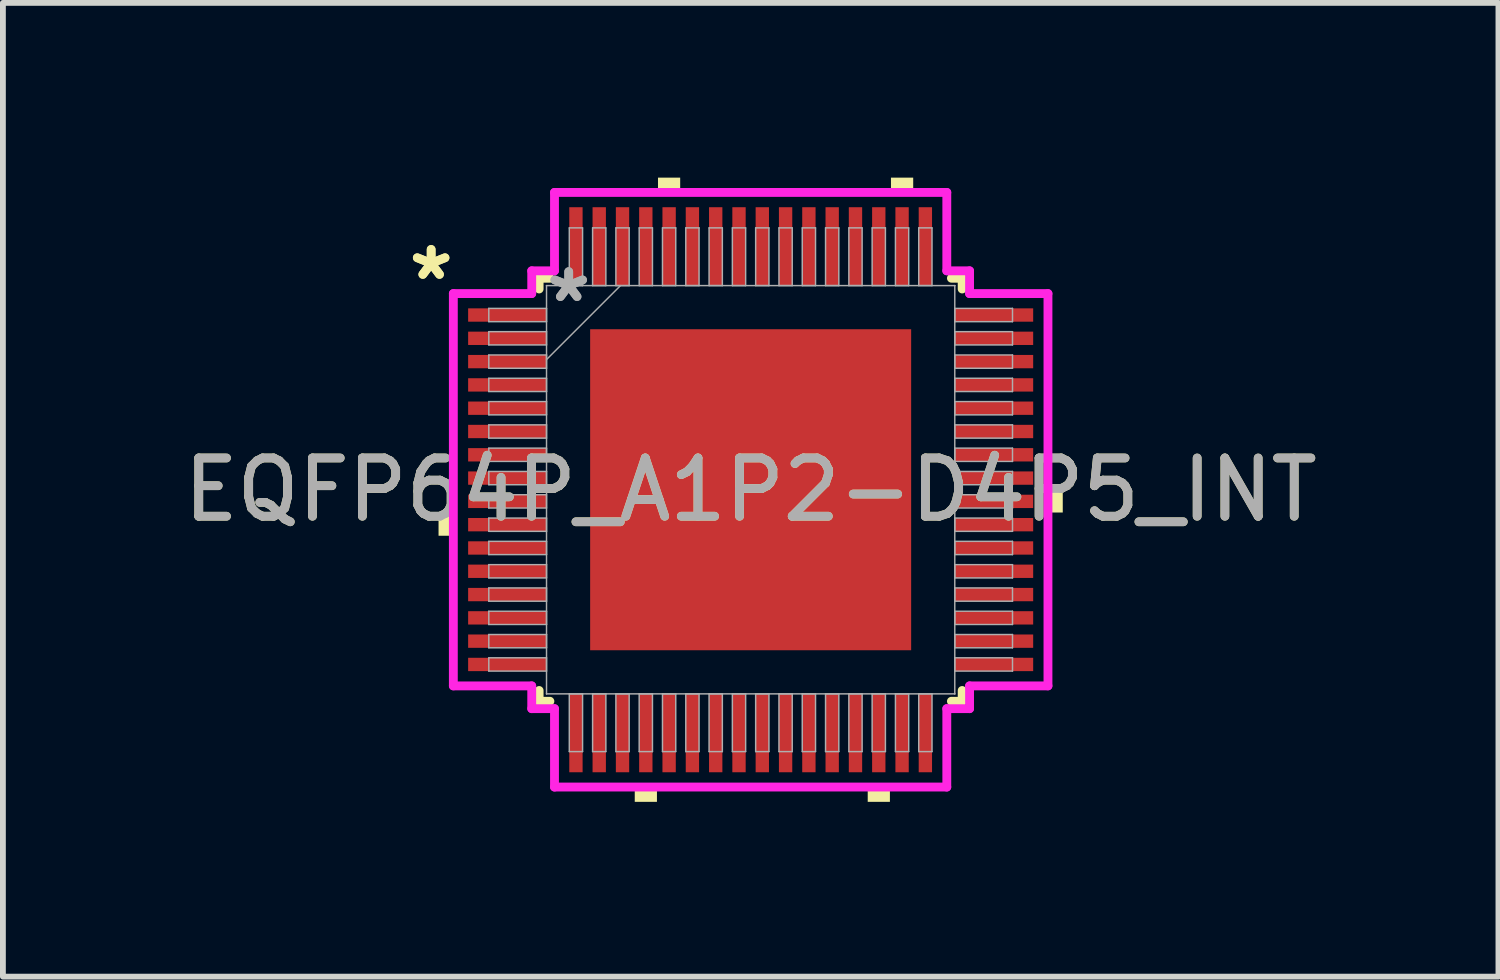
<source format=kicad_pcb>
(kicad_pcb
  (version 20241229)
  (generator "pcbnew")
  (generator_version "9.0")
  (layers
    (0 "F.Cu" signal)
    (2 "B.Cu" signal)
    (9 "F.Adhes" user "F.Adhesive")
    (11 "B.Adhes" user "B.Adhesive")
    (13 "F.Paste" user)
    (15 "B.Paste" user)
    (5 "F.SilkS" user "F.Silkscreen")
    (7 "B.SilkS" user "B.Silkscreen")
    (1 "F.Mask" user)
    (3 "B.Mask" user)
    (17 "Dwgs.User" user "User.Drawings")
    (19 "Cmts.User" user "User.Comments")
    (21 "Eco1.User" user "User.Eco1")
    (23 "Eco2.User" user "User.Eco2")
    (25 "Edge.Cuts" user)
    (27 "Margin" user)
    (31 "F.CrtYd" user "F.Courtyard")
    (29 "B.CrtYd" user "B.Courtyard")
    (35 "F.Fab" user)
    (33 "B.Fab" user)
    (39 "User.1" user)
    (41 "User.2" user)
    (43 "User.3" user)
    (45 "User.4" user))
  (footprint "EQFP64P_A1P2-D4P5_INT"
    (layer "F.Cu")
    (at 9.839 5.359)
    (property "Reference" "EQFP64P_A1P2-D4P5_INT" (at 0 0 0) (unlocked yes) (layer "F.SilkS") (effects (font (size 1 1) (thickness 0.15))))
    (attr smd)
    (fp_line (start -3.632 -3.632) (end -3.632 -3.447) (stroke (width 0.152) (type solid)) (layer "F.SilkS"))
    (fp_line (start -3.632 3.447) (end -3.632 3.632) (stroke (width 0.152) (type solid)) (layer "F.SilkS"))
    (fp_line (start -3.632 3.632) (end -3.447 3.632) (stroke (width 0.152) (type solid)) (layer "F.SilkS"))
    (fp_line (start -3.447 -3.632) (end -3.632 -3.632) (stroke (width 0.152) (type solid)) (layer "F.SilkS"))
    (fp_line (start 3.447 3.632) (end 3.632 3.632) (stroke (width 0.152) (type solid)) (layer "F.SilkS"))
    (fp_line (start 3.632 -3.632) (end 3.447 -3.632) (stroke (width 0.152) (type solid)) (layer "F.SilkS"))
    (fp_line (start 3.632 -3.447) (end 3.632 -3.632) (stroke (width 0.152) (type solid)) (layer "F.SilkS"))
    (fp_line (start 3.632 3.632) (end 3.632 3.447) (stroke (width 0.152) (type solid)) (layer "F.SilkS"))
    (fp_poly (pts (xy -5.359 0.409) (xy -5.359 0.79) (xy -5.105 0.79) (xy -5.105 0.409)) (stroke (width 0) (type solid)) (fill yes) (layer "F.SilkS"))
    (fp_poly (pts (xy -1.99 5.105) (xy -1.99 5.359) (xy -1.609 5.359) (xy -1.609 5.105)) (stroke (width 0) (type solid)) (fill yes) (layer "F.SilkS"))
    (fp_poly (pts (xy -1.591 -5.105) (xy -1.591 -5.359) (xy -1.21 -5.359) (xy -1.21 -5.105)) (stroke (width 0) (type solid)) (fill yes) (layer "F.SilkS"))
    (fp_poly (pts (xy 2.01 5.105) (xy 2.01 5.359) (xy 2.391 5.359) (xy 2.391 5.105)) (stroke (width 0) (type solid)) (fill yes) (layer "F.SilkS"))
    (fp_poly (pts (xy 2.409 -5.105) (xy 2.409 -5.359) (xy 2.791 -5.359) (xy 2.791 -5.105)) (stroke (width 0) (type solid)) (fill yes) (layer "F.SilkS"))
    (fp_poly (pts (xy 5.359 0.009) (xy 5.359 0.391) (xy 5.105 0.391) (xy 5.105 0.009)) (stroke (width 0) (type solid)) (fill yes) (layer "F.SilkS"))
    (fp_poly (pts (xy -2.656 -2.656) (xy -2.656 -1.478) (xy -1.478 -1.478) (xy -1.478 -2.656)) (stroke (width 0) (type solid)) (fill yes) (layer "F.Paste"))
    (fp_poly (pts (xy -2.656 -1.278) (xy -2.656 -0.1) (xy -1.478 -0.1) (xy -1.478 -1.278)) (stroke (width 0) (type solid)) (fill yes) (layer "F.Paste"))
    (fp_poly (pts (xy -2.656 0.1) (xy -2.656 1.278) (xy -1.478 1.278) (xy -1.478 0.1)) (stroke (width 0) (type solid)) (fill yes) (layer "F.Paste"))
    (fp_poly (pts (xy -2.656 1.478) (xy -2.656 2.656) (xy -1.478 2.656) (xy -1.478 1.478)) (stroke (width 0) (type solid)) (fill yes) (layer "F.Paste"))
    (fp_poly (pts (xy -1.278 -2.656) (xy -1.278 -1.478) (xy -0.1 -1.478) (xy -0.1 -2.656)) (stroke (width 0) (type solid)) (fill yes) (layer "F.Paste"))
    (fp_poly (pts (xy -1.278 -1.278) (xy -1.278 -0.1) (xy -0.1 -0.1) (xy -0.1 -1.278)) (stroke (width 0) (type solid)) (fill yes) (layer "F.Paste"))
    (fp_poly (pts (xy -1.278 0.1) (xy -1.278 1.278) (xy -0.1 1.278) (xy -0.1 0.1)) (stroke (width 0) (type solid)) (fill yes) (layer "F.Paste"))
    (fp_poly (pts (xy -1.278 1.478) (xy -1.278 2.656) (xy -0.1 2.656) (xy -0.1 1.478)) (stroke (width 0) (type solid)) (fill yes) (layer "F.Paste"))
    (fp_poly (pts (xy 0.1 -2.656) (xy 0.1 -1.478) (xy 1.278 -1.478) (xy 1.278 -2.656)) (stroke (width 0) (type solid)) (fill yes) (layer "F.Paste"))
    (fp_poly (pts (xy 0.1 -1.278) (xy 0.1 -0.1) (xy 1.278 -0.1) (xy 1.278 -1.278)) (stroke (width 0) (type solid)) (fill yes) (layer "F.Paste"))
    (fp_poly (pts (xy 0.1 0.1) (xy 0.1 1.278) (xy 1.278 1.278) (xy 1.278 0.1)) (stroke (width 0) (type solid)) (fill yes) (layer "F.Paste"))
    (fp_poly (pts (xy 0.1 1.478) (xy 0.1 2.656) (xy 1.278 2.656) (xy 1.278 1.478)) (stroke (width 0) (type solid)) (fill yes) (layer "F.Paste"))
    (fp_poly (pts (xy 1.478 -2.656) (xy 1.478 -1.478) (xy 2.656 -1.478) (xy 2.656 -2.656)) (stroke (width 0) (type solid)) (fill yes) (layer "F.Paste"))
    (fp_poly (pts (xy 1.478 -1.278) (xy 1.478 -0.1) (xy 2.656 -0.1) (xy 2.656 -1.278)) (stroke (width 0) (type solid)) (fill yes) (layer "F.Paste"))
    (fp_poly (pts (xy 1.478 0.1) (xy 1.478 1.278) (xy 2.656 1.278) (xy 2.656 0.1)) (stroke (width 0) (type solid)) (fill yes) (layer "F.Paste"))
    (fp_poly (pts (xy 1.478 1.478) (xy 1.478 2.656) (xy 2.656 2.656) (xy 2.656 1.478)) (stroke (width 0) (type solid)) (fill yes) (layer "F.Paste"))
    (fp_line (start -5.105 -3.368) (end -3.759 -3.368) (stroke (width 0.152) (type solid)) (layer "F.CrtYd"))
    (fp_line (start -5.105 3.368) (end -5.105 -3.368) (stroke (width 0.152) (type solid)) (layer "F.CrtYd"))
    (fp_line (start -3.759 -3.759) (end -3.368 -3.759) (stroke (width 0.152) (type solid)) (layer "F.CrtYd"))
    (fp_line (start -3.759 -3.368) (end -3.759 -3.759) (stroke (width 0.152) (type solid)) (layer "F.CrtYd"))
    (fp_line (start -3.759 3.368) (end -5.105 3.368) (stroke (width 0.152) (type solid)) (layer "F.CrtYd"))
    (fp_line (start -3.759 3.759) (end -3.759 3.368) (stroke (width 0.152) (type solid)) (layer "F.CrtYd"))
    (fp_line (start -3.759 3.759) (end -3.368 3.759) (stroke (width 0.152) (type solid)) (layer "F.CrtYd"))
    (fp_line (start -3.368 -5.105) (end 3.368 -5.105) (stroke (width 0.152) (type solid)) (layer "F.CrtYd"))
    (fp_line (start -3.368 -3.759) (end -3.368 -5.105) (stroke (width 0.152) (type solid)) (layer "F.CrtYd"))
    (fp_line (start -3.368 3.759) (end -3.368 5.105) (stroke (width 0.152) (type solid)) (layer "F.CrtYd"))
    (fp_line (start -3.368 5.105) (end 3.368 5.105) (stroke (width 0.152) (type solid)) (layer "F.CrtYd"))
    (fp_line (start 3.368 -5.105) (end 3.368 -3.759) (stroke (width 0.152) (type solid)) (layer "F.CrtYd"))
    (fp_line (start 3.368 -3.759) (end 3.759 -3.759) (stroke (width 0.152) (type solid)) (layer "F.CrtYd"))
    (fp_line (start 3.368 3.759) (end 3.759 3.759) (stroke (width 0.152) (type solid)) (layer "F.CrtYd"))
    (fp_line (start 3.368 5.105) (end 3.368 3.759) (stroke (width 0.152) (type solid)) (layer "F.CrtYd"))
    (fp_line (start 3.759 -3.368) (end 3.759 -3.759) (stroke (width 0.152) (type solid)) (layer "F.CrtYd"))
    (fp_line (start 3.759 3.368) (end 5.105 3.368) (stroke (width 0.152) (type solid)) (layer "F.CrtYd"))
    (fp_line (start 3.759 3.759) (end 3.759 3.368) (stroke (width 0.152) (type solid)) (layer "F.CrtYd"))
    (fp_line (start 5.105 -3.368) (end 3.759 -3.368) (stroke (width 0.152) (type solid)) (layer "F.CrtYd"))
    (fp_line (start 5.105 3.368) (end 5.105 -3.368) (stroke (width 0.152) (type solid)) (layer "F.CrtYd"))
    (fp_line (start -4.496 -3.114) (end -4.496 -2.886) (stroke (width 0.025) (type solid)) (layer "F.Fab"))
    (fp_line (start -4.496 -2.886) (end -3.505 -2.886) (stroke (width 0.025) (type solid)) (layer "F.Fab"))
    (fp_line (start -4.496 -2.714) (end -4.496 -2.486) (stroke (width 0.025) (type solid)) (layer "F.Fab"))
    (fp_line (start -4.496 -2.486) (end -3.505 -2.486) (stroke (width 0.025) (type solid)) (layer "F.Fab"))
    (fp_line (start -4.496 -2.314) (end -4.496 -2.086) (stroke (width 0.025) (type solid)) (layer "F.Fab"))
    (fp_line (start -4.496 -2.086) (end -3.505 -2.086) (stroke (width 0.025) (type solid)) (layer "F.Fab"))
    (fp_line (start -4.496 -1.914) (end -4.496 -1.686) (stroke (width 0.025) (type solid)) (layer "F.Fab"))
    (fp_line (start -4.496 -1.686) (end -3.505 -1.686) (stroke (width 0.025) (type solid)) (layer "F.Fab"))
    (fp_line (start -4.496 -1.514) (end -4.496 -1.286) (stroke (width 0.025) (type solid)) (layer "F.Fab"))
    (fp_line (start -4.496 -1.286) (end -3.505 -1.286) (stroke (width 0.025) (type solid)) (layer "F.Fab"))
    (fp_line (start -4.496 -1.114) (end -4.496 -0.886) (stroke (width 0.025) (type solid)) (layer "F.Fab"))
    (fp_line (start -4.496 -0.886) (end -3.505 -0.886) (stroke (width 0.025) (type solid)) (layer "F.Fab"))
    (fp_line (start -4.496 -0.714) (end -4.496 -0.486) (stroke (width 0.025) (type solid)) (layer "F.Fab"))
    (fp_line (start -4.496 -0.486) (end -3.505 -0.486) (stroke (width 0.025) (type solid)) (layer "F.Fab"))
    (fp_line (start -4.496 -0.314) (end -4.496 -0.086) (stroke (width 0.025) (type solid)) (layer "F.Fab"))
    (fp_line (start -4.496 -0.086) (end -3.505 -0.086) (stroke (width 0.025) (type solid)) (layer "F.Fab"))
    (fp_line (start -4.496 0.086) (end -4.496 0.314) (stroke (width 0.025) (type solid)) (layer "F.Fab"))
    (fp_line (start -4.496 0.314) (end -3.505 0.314) (stroke (width 0.025) (type solid)) (layer "F.Fab"))
    (fp_line (start -4.496 0.486) (end -4.496 0.714) (stroke (width 0.025) (type solid)) (layer "F.Fab"))
    (fp_line (start -4.496 0.714) (end -3.505 0.714) (stroke (width 0.025) (type solid)) (layer "F.Fab"))
    (fp_line (start -4.496 0.886) (end -4.496 1.114) (stroke (width 0.025) (type solid)) (layer "F.Fab"))
    (fp_line (start -4.496 1.114) (end -3.505 1.114) (stroke (width 0.025) (type solid)) (layer "F.Fab"))
    (fp_line (start -4.496 1.286) (end -4.496 1.514) (stroke (width 0.025) (type solid)) (layer "F.Fab"))
    (fp_line (start -4.496 1.514) (end -3.505 1.514) (stroke (width 0.025) (type solid)) (layer "F.Fab"))
    (fp_line (start -4.496 1.686) (end -4.496 1.914) (stroke (width 0.025) (type solid)) (layer "F.Fab"))
    (fp_line (start -4.496 1.914) (end -3.505 1.914) (stroke (width 0.025) (type solid)) (layer "F.Fab"))
    (fp_line (start -4.496 2.086) (end -4.496 2.314) (stroke (width 0.025) (type solid)) (layer "F.Fab"))
    (fp_line (start -4.496 2.314) (end -3.505 2.314) (stroke (width 0.025) (type solid)) (layer "F.Fab"))
    (fp_line (start -4.496 2.486) (end -4.496 2.714) (stroke (width 0.025) (type solid)) (layer "F.Fab"))
    (fp_line (start -4.496 2.714) (end -3.505 2.714) (stroke (width 0.025) (type solid)) (layer "F.Fab"))
    (fp_line (start -4.496 2.886) (end -4.496 3.114) (stroke (width 0.025) (type solid)) (layer "F.Fab"))
    (fp_line (start -4.496 3.114) (end -3.505 3.114) (stroke (width 0.025) (type solid)) (layer "F.Fab"))
    (fp_line (start -3.505 -3.505) (end -3.505 -3.505) (stroke (width 0.025) (type solid)) (layer "F.Fab"))
    (fp_line (start -3.505 -3.505) (end -3.505 3.505) (stroke (width 0.025) (type solid)) (layer "F.Fab"))
    (fp_line (start -3.505 -3.114) (end -4.496 -3.114) (stroke (width 0.025) (type solid)) (layer "F.Fab"))
    (fp_line (start -3.505 -2.886) (end -3.505 -3.114) (stroke (width 0.025) (type solid)) (layer "F.Fab"))
    (fp_line (start -3.505 -2.714) (end -4.496 -2.714) (stroke (width 0.025) (type solid)) (layer "F.Fab"))
    (fp_line (start -3.505 -2.486) (end -3.505 -2.714) (stroke (width 0.025) (type solid)) (layer "F.Fab"))
    (fp_line (start -3.505 -2.314) (end -4.496 -2.314) (stroke (width 0.025) (type solid)) (layer "F.Fab"))
    (fp_line (start -3.505 -2.235) (end -2.235 -3.505) (stroke (width 0.025) (type solid)) (layer "F.Fab"))
    (fp_line (start -3.505 -2.086) (end -3.505 -2.314) (stroke (width 0.025) (type solid)) (layer "F.Fab"))
    (fp_line (start -3.505 -1.914) (end -4.496 -1.914) (stroke (width 0.025) (type solid)) (layer "F.Fab"))
    (fp_line (start -3.505 -1.686) (end -3.505 -1.914) (stroke (width 0.025) (type solid)) (layer "F.Fab"))
    (fp_line (start -3.505 -1.514) (end -4.496 -1.514) (stroke (width 0.025) (type solid)) (layer "F.Fab"))
    (fp_line (start -3.505 -1.286) (end -3.505 -1.514) (stroke (width 0.025) (type solid)) (layer "F.Fab"))
    (fp_line (start -3.505 -1.114) (end -4.496 -1.114) (stroke (width 0.025) (type solid)) (layer "F.Fab"))
    (fp_line (start -3.505 -0.886) (end -3.505 -1.114) (stroke (width 0.025) (type solid)) (layer "F.Fab"))
    (fp_line (start -3.505 -0.714) (end -4.496 -0.714) (stroke (width 0.025) (type solid)) (layer "F.Fab"))
    (fp_line (start -3.505 -0.486) (end -3.505 -0.714) (stroke (width 0.025) (type solid)) (layer "F.Fab"))
    (fp_line (start -3.505 -0.314) (end -4.496 -0.314) (stroke (width 0.025) (type solid)) (layer "F.Fab"))
    (fp_line (start -3.505 -0.086) (end -3.505 -0.314) (stroke (width 0.025) (type solid)) (layer "F.Fab"))
    (fp_line (start -3.505 0.086) (end -4.496 0.086) (stroke (width 0.025) (type solid)) (layer "F.Fab"))
    (fp_line (start -3.505 0.314) (end -3.505 0.086) (stroke (width 0.025) (type solid)) (layer "F.Fab"))
    (fp_line (start -3.505 0.486) (end -4.496 0.486) (stroke (width 0.025) (type solid)) (layer "F.Fab"))
    (fp_line (start -3.505 0.714) (end -3.505 0.486) (stroke (width 0.025) (type solid)) (layer "F.Fab"))
    (fp_line (start -3.505 0.886) (end -4.496 0.886) (stroke (width 0.025) (type solid)) (layer "F.Fab"))
    (fp_line (start -3.505 1.114) (end -3.505 0.886) (stroke (width 0.025) (type solid)) (layer "F.Fab"))
    (fp_line (start -3.505 1.286) (end -4.496 1.286) (stroke (width 0.025) (type solid)) (layer "F.Fab"))
    (fp_line (start -3.505 1.514) (end -3.505 1.286) (stroke (width 0.025) (type solid)) (layer "F.Fab"))
    (fp_line (start -3.505 1.686) (end -4.496 1.686) (stroke (width 0.025) (type solid)) (layer "F.Fab"))
    (fp_line (start -3.505 1.914) (end -3.505 1.686) (stroke (width 0.025) (type solid)) (layer "F.Fab"))
    (fp_line (start -3.505 2.086) (end -4.496 2.086) (stroke (width 0.025) (type solid)) (layer "F.Fab"))
    (fp_line (start -3.505 2.314) (end -3.505 2.086) (stroke (width 0.025) (type solid)) (layer "F.Fab"))
    (fp_line (start -3.505 2.486) (end -4.496 2.486) (stroke (width 0.025) (type solid)) (layer "F.Fab"))
    (fp_line (start -3.505 2.714) (end -3.505 2.486) (stroke (width 0.025) (type solid)) (layer "F.Fab"))
    (fp_line (start -3.505 2.886) (end -4.496 2.886) (stroke (width 0.025) (type solid)) (layer "F.Fab"))
    (fp_line (start -3.505 3.114) (end -3.505 2.886) (stroke (width 0.025) (type solid)) (layer "F.Fab"))
    (fp_line (start -3.505 3.505) (end -3.505 3.505) (stroke (width 0.025) (type solid)) (layer "F.Fab"))
    (fp_line (start -3.505 3.505) (end 3.505 3.505) (stroke (width 0.025) (type solid)) (layer "F.Fab"))
    (fp_line (start -3.114 -4.496) (end -3.114 -3.505) (stroke (width 0.025) (type solid)) (layer "F.Fab"))
    (fp_line (start -3.114 -3.505) (end -2.886 -3.505) (stroke (width 0.025) (type solid)) (layer "F.Fab"))
    (fp_line (start -3.114 3.505) (end -3.114 4.496) (stroke (width 0.025) (type solid)) (layer "F.Fab"))
    (fp_line (start -3.114 4.496) (end -2.886 4.496) (stroke (width 0.025) (type solid)) (layer "F.Fab"))
    (fp_line (start -2.886 -4.496) (end -3.114 -4.496) (stroke (width 0.025) (type solid)) (layer "F.Fab"))
    (fp_line (start -2.886 -3.505) (end -2.886 -4.496) (stroke (width 0.025) (type solid)) (layer "F.Fab"))
    (fp_line (start -2.886 3.505) (end -3.114 3.505) (stroke (width 0.025) (type solid)) (layer "F.Fab"))
    (fp_line (start -2.886 4.496) (end -2.886 3.505) (stroke (width 0.025) (type solid)) (layer "F.Fab"))
    (fp_line (start -2.714 -4.496) (end -2.714 -3.505) (stroke (width 0.025) (type solid)) (layer "F.Fab"))
    (fp_line (start -2.714 -3.505) (end -2.486 -3.505) (stroke (width 0.025) (type solid)) (layer "F.Fab"))
    (fp_line (start -2.714 3.505) (end -2.714 4.496) (stroke (width 0.025) (type solid)) (layer "F.Fab"))
    (fp_line (start -2.714 4.496) (end -2.486 4.496) (stroke (width 0.025) (type solid)) (layer "F.Fab"))
    (fp_line (start -2.486 -4.496) (end -2.714 -4.496) (stroke (width 0.025) (type solid)) (layer "F.Fab"))
    (fp_line (start -2.486 -3.505) (end -2.486 -4.496) (stroke (width 0.025) (type solid)) (layer "F.Fab"))
    (fp_line (start -2.486 3.505) (end -2.714 3.505) (stroke (width 0.025) (type solid)) (layer "F.Fab"))
    (fp_line (start -2.486 4.496) (end -2.486 3.505) (stroke (width 0.025) (type solid)) (layer "F.Fab"))
    (fp_line (start -2.314 -4.496) (end -2.314 -3.505) (stroke (width 0.025) (type solid)) (layer "F.Fab"))
    (fp_line (start -2.314 -3.505) (end -2.086 -3.505) (stroke (width 0.025) (type solid)) (layer "F.Fab"))
    (fp_line (start -2.314 3.505) (end -2.314 4.496) (stroke (width 0.025) (type solid)) (layer "F.Fab"))
    (fp_line (start -2.314 4.496) (end -2.086 4.496) (stroke (width 0.025) (type solid)) (layer "F.Fab"))
    (fp_line (start -2.086 -4.496) (end -2.314 -4.496) (stroke (width 0.025) (type solid)) (layer "F.Fab"))
    (fp_line (start -2.086 -3.505) (end -2.086 -4.496) (stroke (width 0.025) (type solid)) (layer "F.Fab"))
    (fp_line (start -2.086 3.505) (end -2.314 3.505) (stroke (width 0.025) (type solid)) (layer "F.Fab"))
    (fp_line (start -2.086 4.496) (end -2.086 3.505) (stroke (width 0.025) (type solid)) (layer "F.Fab"))
    (fp_line (start -1.914 -4.496) (end -1.914 -3.505) (stroke (width 0.025) (type solid)) (layer "F.Fab"))
    (fp_line (start -1.914 -3.505) (end -1.686 -3.505) (stroke (width 0.025) (type solid)) (layer "F.Fab"))
    (fp_line (start -1.914 3.505) (end -1.914 4.496) (stroke (width 0.025) (type solid)) (layer "F.Fab"))
    (fp_line (start -1.914 4.496) (end -1.686 4.496) (stroke (width 0.025) (type solid)) (layer "F.Fab"))
    (fp_line (start -1.686 -4.496) (end -1.914 -4.496) (stroke (width 0.025) (type solid)) (layer "F.Fab"))
    (fp_line (start -1.686 -3.505) (end -1.686 -4.496) (stroke (width 0.025) (type solid)) (layer "F.Fab"))
    (fp_line (start -1.686 3.505) (end -1.914 3.505) (stroke (width 0.025) (type solid)) (layer "F.Fab"))
    (fp_line (start -1.686 4.496) (end -1.686 3.505) (stroke (width 0.025) (type solid)) (layer "F.Fab"))
    (fp_line (start -1.514 -4.496) (end -1.514 -3.505) (stroke (width 0.025) (type solid)) (layer "F.Fab"))
    (fp_line (start -1.514 -3.505) (end -1.286 -3.505) (stroke (width 0.025) (type solid)) (layer "F.Fab"))
    (fp_line (start -1.514 3.505) (end -1.514 4.496) (stroke (width 0.025) (type solid)) (layer "F.Fab"))
    (fp_line (start -1.514 4.496) (end -1.286 4.496) (stroke (width 0.025) (type solid)) (layer "F.Fab"))
    (fp_line (start -1.286 -4.496) (end -1.514 -4.496) (stroke (width 0.025) (type solid)) (layer "F.Fab"))
    (fp_line (start -1.286 -3.505) (end -1.286 -4.496) (stroke (width 0.025) (type solid)) (layer "F.Fab"))
    (fp_line (start -1.286 3.505) (end -1.514 3.505) (stroke (width 0.025) (type solid)) (layer "F.Fab"))
    (fp_line (start -1.286 4.496) (end -1.286 3.505) (stroke (width 0.025) (type solid)) (layer "F.Fab"))
    (fp_line (start -1.114 -4.496) (end -1.114 -3.505) (stroke (width 0.025) (type solid)) (layer "F.Fab"))
    (fp_line (start -1.114 -3.505) (end -0.886 -3.505) (stroke (width 0.025) (type solid)) (layer "F.Fab"))
    (fp_line (start -1.114 3.505) (end -1.114 4.496) (stroke (width 0.025) (type solid)) (layer "F.Fab"))
    (fp_line (start -1.114 4.496) (end -0.886 4.496) (stroke (width 0.025) (type solid)) (layer "F.Fab"))
    (fp_line (start -0.886 -4.496) (end -1.114 -4.496) (stroke (width 0.025) (type solid)) (layer "F.Fab"))
    (fp_line (start -0.886 -3.505) (end -0.886 -4.496) (stroke (width 0.025) (type solid)) (layer "F.Fab"))
    (fp_line (start -0.886 3.505) (end -1.114 3.505) (stroke (width 0.025) (type solid)) (layer "F.Fab"))
    (fp_line (start -0.886 4.496) (end -0.886 3.505) (stroke (width 0.025) (type solid)) (layer "F.Fab"))
    (fp_line (start -0.714 -4.496) (end -0.714 -3.505) (stroke (width 0.025) (type solid)) (layer "F.Fab"))
    (fp_line (start -0.714 -3.505) (end -0.486 -3.505) (stroke (width 0.025) (type solid)) (layer "F.Fab"))
    (fp_line (start -0.714 3.505) (end -0.714 4.496) (stroke (width 0.025) (type solid)) (layer "F.Fab"))
    (fp_line (start -0.714 4.496) (end -0.486 4.496) (stroke (width 0.025) (type solid)) (layer "F.Fab"))
    (fp_line (start -0.486 -4.496) (end -0.714 -4.496) (stroke (width 0.025) (type solid)) (layer "F.Fab"))
    (fp_line (start -0.486 -3.505) (end -0.486 -4.496) (stroke (width 0.025) (type solid)) (layer "F.Fab"))
    (fp_line (start -0.486 3.505) (end -0.714 3.505) (stroke (width 0.025) (type solid)) (layer "F.Fab"))
    (fp_line (start -0.486 4.496) (end -0.486 3.505) (stroke (width 0.025) (type solid)) (layer "F.Fab"))
    (fp_line (start -0.314 -4.496) (end -0.314 -3.505) (stroke (width 0.025) (type solid)) (layer "F.Fab"))
    (fp_line (start -0.314 -3.505) (end -0.086 -3.505) (stroke (width 0.025) (type solid)) (layer "F.Fab"))
    (fp_line (start -0.314 3.505) (end -0.314 4.496) (stroke (width 0.025) (type solid)) (layer "F.Fab"))
    (fp_line (start -0.314 4.496) (end -0.086 4.496) (stroke (width 0.025) (type solid)) (layer "F.Fab"))
    (fp_line (start -0.086 -4.496) (end -0.314 -4.496) (stroke (width 0.025) (type solid)) (layer "F.Fab"))
    (fp_line (start -0.086 -3.505) (end -0.086 -4.496) (stroke (width 0.025) (type solid)) (layer "F.Fab"))
    (fp_line (start -0.086 3.505) (end -0.314 3.505) (stroke (width 0.025) (type solid)) (layer "F.Fab"))
    (fp_line (start -0.086 4.496) (end -0.086 3.505) (stroke (width 0.025) (type solid)) (layer "F.Fab"))
    (fp_line (start 0.086 -4.496) (end 0.086 -3.505) (stroke (width 0.025) (type solid)) (layer "F.Fab"))
    (fp_line (start 0.086 -3.505) (end 0.314 -3.505) (stroke (width 0.025) (type solid)) (layer "F.Fab"))
    (fp_line (start 0.086 3.505) (end 0.086 4.496) (stroke (width 0.025) (type solid)) (layer "F.Fab"))
    (fp_line (start 0.086 4.496) (end 0.314 4.496) (stroke (width 0.025) (type solid)) (layer "F.Fab"))
    (fp_line (start 0.314 -4.496) (end 0.086 -4.496) (stroke (width 0.025) (type solid)) (layer "F.Fab"))
    (fp_line (start 0.314 -3.505) (end 0.314 -4.496) (stroke (width 0.025) (type solid)) (layer "F.Fab"))
    (fp_line (start 0.314 3.505) (end 0.086 3.505) (stroke (width 0.025) (type solid)) (layer "F.Fab"))
    (fp_line (start 0.314 4.496) (end 0.314 3.505) (stroke (width 0.025) (type solid)) (layer "F.Fab"))
    (fp_line (start 0.486 -4.496) (end 0.486 -3.505) (stroke (width 0.025) (type solid)) (layer "F.Fab"))
    (fp_line (start 0.486 -3.505) (end 0.714 -3.505) (stroke (width 0.025) (type solid)) (layer "F.Fab"))
    (fp_line (start 0.486 3.505) (end 0.486 4.496) (stroke (width 0.025) (type solid)) (layer "F.Fab"))
    (fp_line (start 0.486 4.496) (end 0.714 4.496) (stroke (width 0.025) (type solid)) (layer "F.Fab"))
    (fp_line (start 0.714 -4.496) (end 0.486 -4.496) (stroke (width 0.025) (type solid)) (layer "F.Fab"))
    (fp_line (start 0.714 -3.505) (end 0.714 -4.496) (stroke (width 0.025) (type solid)) (layer "F.Fab"))
    (fp_line (start 0.714 3.505) (end 0.486 3.505) (stroke (width 0.025) (type solid)) (layer "F.Fab"))
    (fp_line (start 0.714 4.496) (end 0.714 3.505) (stroke (width 0.025) (type solid)) (layer "F.Fab"))
    (fp_line (start 0.886 -4.496) (end 0.886 -3.505) (stroke (width 0.025) (type solid)) (layer "F.Fab"))
    (fp_line (start 0.886 -3.505) (end 1.114 -3.505) (stroke (width 0.025) (type solid)) (layer "F.Fab"))
    (fp_line (start 0.886 3.505) (end 0.886 4.496) (stroke (width 0.025) (type solid)) (layer "F.Fab"))
    (fp_line (start 0.886 4.496) (end 1.114 4.496) (stroke (width 0.025) (type solid)) (layer "F.Fab"))
    (fp_line (start 1.114 -4.496) (end 0.886 -4.496) (stroke (width 0.025) (type solid)) (layer "F.Fab"))
    (fp_line (start 1.114 -3.505) (end 1.114 -4.496) (stroke (width 0.025) (type solid)) (layer "F.Fab"))
    (fp_line (start 1.114 3.505) (end 0.886 3.505) (stroke (width 0.025) (type solid)) (layer "F.Fab"))
    (fp_line (start 1.114 4.496) (end 1.114 3.505) (stroke (width 0.025) (type solid)) (layer "F.Fab"))
    (fp_line (start 1.286 -4.496) (end 1.286 -3.505) (stroke (width 0.025) (type solid)) (layer "F.Fab"))
    (fp_line (start 1.286 -3.505) (end 1.514 -3.505) (stroke (width 0.025) (type solid)) (layer "F.Fab"))
    (fp_line (start 1.286 3.505) (end 1.286 4.496) (stroke (width 0.025) (type solid)) (layer "F.Fab"))
    (fp_line (start 1.286 4.496) (end 1.514 4.496) (stroke (width 0.025) (type solid)) (layer "F.Fab"))
    (fp_line (start 1.514 -4.496) (end 1.286 -4.496) (stroke (width 0.025) (type solid)) (layer "F.Fab"))
    (fp_line (start 1.514 -3.505) (end 1.514 -4.496) (stroke (width 0.025) (type solid)) (layer "F.Fab"))
    (fp_line (start 1.514 3.505) (end 1.286 3.505) (stroke (width 0.025) (type solid)) (layer "F.Fab"))
    (fp_line (start 1.514 4.496) (end 1.514 3.505) (stroke (width 0.025) (type solid)) (layer "F.Fab"))
    (fp_line (start 1.686 -4.496) (end 1.686 -3.505) (stroke (width 0.025) (type solid)) (layer "F.Fab"))
    (fp_line (start 1.686 -3.505) (end 1.914 -3.505) (stroke (width 0.025) (type solid)) (layer "F.Fab"))
    (fp_line (start 1.686 3.505) (end 1.686 4.496) (stroke (width 0.025) (type solid)) (layer "F.Fab"))
    (fp_line (start 1.686 4.496) (end 1.914 4.496) (stroke (width 0.025) (type solid)) (layer "F.Fab"))
    (fp_line (start 1.914 -4.496) (end 1.686 -4.496) (stroke (width 0.025) (type solid)) (layer "F.Fab"))
    (fp_line (start 1.914 -3.505) (end 1.914 -4.496) (stroke (width 0.025) (type solid)) (layer "F.Fab"))
    (fp_line (start 1.914 3.505) (end 1.686 3.505) (stroke (width 0.025) (type solid)) (layer "F.Fab"))
    (fp_line (start 1.914 4.496) (end 1.914 3.505) (stroke (width 0.025) (type solid)) (layer "F.Fab"))
    (fp_line (start 2.086 -4.496) (end 2.086 -3.505) (stroke (width 0.025) (type solid)) (layer "F.Fab"))
    (fp_line (start 2.086 -3.505) (end 2.314 -3.505) (stroke (width 0.025) (type solid)) (layer "F.Fab"))
    (fp_line (start 2.086 3.505) (end 2.086 4.496) (stroke (width 0.025) (type solid)) (layer "F.Fab"))
    (fp_line (start 2.086 4.496) (end 2.314 4.496) (stroke (width 0.025) (type solid)) (layer "F.Fab"))
    (fp_line (start 2.314 -4.496) (end 2.086 -4.496) (stroke (width 0.025) (type solid)) (layer "F.Fab"))
    (fp_line (start 2.314 -3.505) (end 2.314 -4.496) (stroke (width 0.025) (type solid)) (layer "F.Fab"))
    (fp_line (start 2.314 3.505) (end 2.086 3.505) (stroke (width 0.025) (type solid)) (layer "F.Fab"))
    (fp_line (start 2.314 4.496) (end 2.314 3.505) (stroke (width 0.025) (type solid)) (layer "F.Fab"))
    (fp_line (start 2.486 -4.496) (end 2.486 -3.505) (stroke (width 0.025) (type solid)) (layer "F.Fab"))
    (fp_line (start 2.486 -3.505) (end 2.714 -3.505) (stroke (width 0.025) (type solid)) (layer "F.Fab"))
    (fp_line (start 2.486 3.505) (end 2.486 4.496) (stroke (width 0.025) (type solid)) (layer "F.Fab"))
    (fp_line (start 2.486 4.496) (end 2.714 4.496) (stroke (width 0.025) (type solid)) (layer "F.Fab"))
    (fp_line (start 2.714 -4.496) (end 2.486 -4.496) (stroke (width 0.025) (type solid)) (layer "F.Fab"))
    (fp_line (start 2.714 -3.505) (end 2.714 -4.496) (stroke (width 0.025) (type solid)) (layer "F.Fab"))
    (fp_line (start 2.714 3.505) (end 2.486 3.505) (stroke (width 0.025) (type solid)) (layer "F.Fab"))
    (fp_line (start 2.714 4.496) (end 2.714 3.505) (stroke (width 0.025) (type solid)) (layer "F.Fab"))
    (fp_line (start 2.886 -4.496) (end 2.886 -3.505) (stroke (width 0.025) (type solid)) (layer "F.Fab"))
    (fp_line (start 2.886 -3.505) (end 3.114 -3.505) (stroke (width 0.025) (type solid)) (layer "F.Fab"))
    (fp_line (start 2.886 3.505) (end 2.886 4.496) (stroke (width 0.025) (type solid)) (layer "F.Fab"))
    (fp_line (start 2.886 4.496) (end 3.114 4.496) (stroke (width 0.025) (type solid)) (layer "F.Fab"))
    (fp_line (start 3.114 -4.496) (end 2.886 -4.496) (stroke (width 0.025) (type solid)) (layer "F.Fab"))
    (fp_line (start 3.114 -3.505) (end 3.114 -4.496) (stroke (width 0.025) (type solid)) (layer "F.Fab"))
    (fp_line (start 3.114 3.505) (end 2.886 3.505) (stroke (width 0.025) (type solid)) (layer "F.Fab"))
    (fp_line (start 3.114 4.496) (end 3.114 3.505) (stroke (width 0.025) (type solid)) (layer "F.Fab"))
    (fp_line (start 3.505 -3.505) (end -3.505 -3.505) (stroke (width 0.025) (type solid)) (layer "F.Fab"))
    (fp_line (start 3.505 -3.505) (end 3.505 -3.505) (stroke (width 0.025) (type solid)) (layer "F.Fab"))
    (fp_line (start 3.505 -3.114) (end 3.505 -2.886) (stroke (width 0.025) (type solid)) (layer "F.Fab"))
    (fp_line (start 3.505 -2.886) (end 4.496 -2.886) (stroke (width 0.025) (type solid)) (layer "F.Fab"))
    (fp_line (start 3.505 -2.714) (end 3.505 -2.486) (stroke (width 0.025) (type solid)) (layer "F.Fab"))
    (fp_line (start 3.505 -2.486) (end 4.496 -2.486) (stroke (width 0.025) (type solid)) (layer "F.Fab"))
    (fp_line (start 3.505 -2.314) (end 3.505 -2.086) (stroke (width 0.025) (type solid)) (layer "F.Fab"))
    (fp_line (start 3.505 -2.086) (end 4.496 -2.086) (stroke (width 0.025) (type solid)) (layer "F.Fab"))
    (fp_line (start 3.505 -1.914) (end 3.505 -1.686) (stroke (width 0.025) (type solid)) (layer "F.Fab"))
    (fp_line (start 3.505 -1.686) (end 4.496 -1.686) (stroke (width 0.025) (type solid)) (layer "F.Fab"))
    (fp_line (start 3.505 -1.514) (end 3.505 -1.286) (stroke (width 0.025) (type solid)) (layer "F.Fab"))
    (fp_line (start 3.505 -1.286) (end 4.496 -1.286) (stroke (width 0.025) (type solid)) (layer "F.Fab"))
    (fp_line (start 3.505 -1.114) (end 3.505 -0.886) (stroke (width 0.025) (type solid)) (layer "F.Fab"))
    (fp_line (start 3.505 -0.886) (end 4.496 -0.886) (stroke (width 0.025) (type solid)) (layer "F.Fab"))
    (fp_line (start 3.505 -0.714) (end 3.505 -0.486) (stroke (width 0.025) (type solid)) (layer "F.Fab"))
    (fp_line (start 3.505 -0.486) (end 4.496 -0.486) (stroke (width 0.025) (type solid)) (layer "F.Fab"))
    (fp_line (start 3.505 -0.314) (end 3.505 -0.086) (stroke (width 0.025) (type solid)) (layer "F.Fab"))
    (fp_line (start 3.505 -0.086) (end 4.496 -0.086) (stroke (width 0.025) (type solid)) (layer "F.Fab"))
    (fp_line (start 3.505 0.086) (end 3.505 0.314) (stroke (width 0.025) (type solid)) (layer "F.Fab"))
    (fp_line (start 3.505 0.314) (end 4.496 0.314) (stroke (width 0.025) (type solid)) (layer "F.Fab"))
    (fp_line (start 3.505 0.486) (end 3.505 0.714) (stroke (width 0.025) (type solid)) (layer "F.Fab"))
    (fp_line (start 3.505 0.714) (end 4.496 0.714) (stroke (width 0.025) (type solid)) (layer "F.Fab"))
    (fp_line (start 3.505 0.886) (end 3.505 1.114) (stroke (width 0.025) (type solid)) (layer "F.Fab"))
    (fp_line (start 3.505 1.114) (end 4.496 1.114) (stroke (width 0.025) (type solid)) (layer "F.Fab"))
    (fp_line (start 3.505 1.286) (end 3.505 1.514) (stroke (width 0.025) (type solid)) (layer "F.Fab"))
    (fp_line (start 3.505 1.514) (end 4.496 1.514) (stroke (width 0.025) (type solid)) (layer "F.Fab"))
    (fp_line (start 3.505 1.686) (end 3.505 1.914) (stroke (width 0.025) (type solid)) (layer "F.Fab"))
    (fp_line (start 3.505 1.914) (end 4.496 1.914) (stroke (width 0.025) (type solid)) (layer "F.Fab"))
    (fp_line (start 3.505 2.086) (end 3.505 2.314) (stroke (width 0.025) (type solid)) (layer "F.Fab"))
    (fp_line (start 3.505 2.314) (end 4.496 2.314) (stroke (width 0.025) (type solid)) (layer "F.Fab"))
    (fp_line (start 3.505 2.486) (end 3.505 2.714) (stroke (width 0.025) (type solid)) (layer "F.Fab"))
    (fp_line (start 3.505 2.714) (end 4.496 2.714) (stroke (width 0.025) (type solid)) (layer "F.Fab"))
    (fp_line (start 3.505 2.886) (end 3.505 3.114) (stroke (width 0.025) (type solid)) (layer "F.Fab"))
    (fp_line (start 3.505 3.114) (end 4.496 3.114) (stroke (width 0.025) (type solid)) (layer "F.Fab"))
    (fp_line (start 3.505 3.505) (end 3.505 -3.505) (stroke (width 0.025) (type solid)) (layer "F.Fab"))
    (fp_line (start 3.505 3.505) (end 3.505 3.505) (stroke (width 0.025) (type solid)) (layer "F.Fab"))
    (fp_line (start 4.496 -3.114) (end 3.505 -3.114) (stroke (width 0.025) (type solid)) (layer "F.Fab"))
    (fp_line (start 4.496 -2.886) (end 4.496 -3.114) (stroke (width 0.025) (type solid)) (layer "F.Fab"))
    (fp_line (start 4.496 -2.714) (end 3.505 -2.714) (stroke (width 0.025) (type solid)) (layer "F.Fab"))
    (fp_line (start 4.496 -2.486) (end 4.496 -2.714) (stroke (width 0.025) (type solid)) (layer "F.Fab"))
    (fp_line (start 4.496 -2.314) (end 3.505 -2.314) (stroke (width 0.025) (type solid)) (layer "F.Fab"))
    (fp_line (start 4.496 -2.086) (end 4.496 -2.314) (stroke (width 0.025) (type solid)) (layer "F.Fab"))
    (fp_line (start 4.496 -1.914) (end 3.505 -1.914) (stroke (width 0.025) (type solid)) (layer "F.Fab"))
    (fp_line (start 4.496 -1.686) (end 4.496 -1.914) (stroke (width 0.025) (type solid)) (layer "F.Fab"))
    (fp_line (start 4.496 -1.514) (end 3.505 -1.514) (stroke (width 0.025) (type solid)) (layer "F.Fab"))
    (fp_line (start 4.496 -1.286) (end 4.496 -1.514) (stroke (width 0.025) (type solid)) (layer "F.Fab"))
    (fp_line (start 4.496 -1.114) (end 3.505 -1.114) (stroke (width 0.025) (type solid)) (layer "F.Fab"))
    (fp_line (start 4.496 -0.886) (end 4.496 -1.114) (stroke (width 0.025) (type solid)) (layer "F.Fab"))
    (fp_line (start 4.496 -0.714) (end 3.505 -0.714) (stroke (width 0.025) (type solid)) (layer "F.Fab"))
    (fp_line (start 4.496 -0.486) (end 4.496 -0.714) (stroke (width 0.025) (type solid)) (layer "F.Fab"))
    (fp_line (start 4.496 -0.314) (end 3.505 -0.314) (stroke (width 0.025) (type solid)) (layer "F.Fab"))
    (fp_line (start 4.496 -0.086) (end 4.496 -0.314) (stroke (width 0.025) (type solid)) (layer "F.Fab"))
    (fp_line (start 4.496 0.086) (end 3.505 0.086) (stroke (width 0.025) (type solid)) (layer "F.Fab"))
    (fp_line (start 4.496 0.314) (end 4.496 0.086) (stroke (width 0.025) (type solid)) (layer "F.Fab"))
    (fp_line (start 4.496 0.486) (end 3.505 0.486) (stroke (width 0.025) (type solid)) (layer "F.Fab"))
    (fp_line (start 4.496 0.714) (end 4.496 0.486) (stroke (width 0.025) (type solid)) (layer "F.Fab"))
    (fp_line (start 4.496 0.886) (end 3.505 0.886) (stroke (width 0.025) (type solid)) (layer "F.Fab"))
    (fp_line (start 4.496 1.114) (end 4.496 0.886) (stroke (width 0.025) (type solid)) (layer "F.Fab"))
    (fp_line (start 4.496 1.286) (end 3.505 1.286) (stroke (width 0.025) (type solid)) (layer "F.Fab"))
    (fp_line (start 4.496 1.514) (end 4.496 1.286) (stroke (width 0.025) (type solid)) (layer "F.Fab"))
    (fp_line (start 4.496 1.686) (end 3.505 1.686) (stroke (width 0.025) (type solid)) (layer "F.Fab"))
    (fp_line (start 4.496 1.914) (end 4.496 1.686) (stroke (width 0.025) (type solid)) (layer "F.Fab"))
    (fp_line (start 4.496 2.086) (end 3.505 2.086) (stroke (width 0.025) (type solid)) (layer "F.Fab"))
    (fp_line (start 4.496 2.314) (end 4.496 2.086) (stroke (width 0.025) (type solid)) (layer "F.Fab"))
    (fp_line (start 4.496 2.486) (end 3.505 2.486) (stroke (width 0.025) (type solid)) (layer "F.Fab"))
    (fp_line (start 4.496 2.714) (end 4.496 2.486) (stroke (width 0.025) (type solid)) (layer "F.Fab"))
    (fp_line (start 4.496 2.886) (end 3.505 2.886) (stroke (width 0.025) (type solid)) (layer "F.Fab"))
    (fp_line (start 4.496 3.114) (end 4.496 2.886) (stroke (width 0.025) (type solid)) (layer "F.Fab"))
    (fp_text user "*" (at -5.486 -3.581 0) (unlocked yes) (layer "F.SilkS") (effects (font (size 1 1) (thickness 0.15))))
    (fp_text user "*" (at -5.486 -3.581 0) (layer "F.SilkS") (effects (font (size 1 1) (thickness 0.15))))
    (fp_text user "${REFERENCE}" (at 0 0 0) (unlocked yes) (layer "F.Fab") (effects (font (size 1 1) (thickness 0.15))))
    (fp_text user "*" (at -3.124 -3.2 0) (layer "F.Fab") (effects (font (size 1 1) (thickness 0.15))))
    (fp_text user "*" (at -3.124 -3.2 0) (unlocked yes) (layer "F.Fab") (effects (font (size 1 1) (thickness 0.15))))
    (pad "1" smd rect (at -4.178 -3 90) (size 0.229 1.346) (layers "F.Cu" "F.Mask" "F.Paste"))
    (pad "2" smd rect (at -4.178 -2.6 90) (size 0.229 1.346) (layers "F.Cu" "F.Mask" "F.Paste"))
    (pad "3" smd rect (at -4.178 -2.2 90) (size 0.229 1.346) (layers "F.Cu" "F.Mask" "F.Paste"))
    (pad "4" smd rect (at -4.178 -1.8 90) (size 0.229 1.346) (layers "F.Cu" "F.Mask" "F.Paste"))
    (pad "5" smd rect (at -4.178 -1.4 90) (size 0.229 1.346) (layers "F.Cu" "F.Mask" "F.Paste"))
    (pad "6" smd rect (at -4.178 -1 90) (size 0.229 1.346) (layers "F.Cu" "F.Mask" "F.Paste"))
    (pad "7" smd rect (at -4.178 -0.6 90) (size 0.229 1.346) (layers "F.Cu" "F.Mask" "F.Paste"))
    (pad "8" smd rect (at -4.178 -0.2 90) (size 0.229 1.346) (layers "F.Cu" "F.Mask" "F.Paste"))
    (pad "9" smd rect (at -4.178 0.2 90) (size 0.229 1.346) (layers "F.Cu" "F.Mask" "F.Paste"))
    (pad "10" smd rect (at -4.178 0.6 90) (size 0.229 1.346) (layers "F.Cu" "F.Mask" "F.Paste"))
    (pad "11" smd rect (at -4.178 1 90) (size 0.229 1.346) (layers "F.Cu" "F.Mask" "F.Paste"))
    (pad "12" smd rect (at -4.178 1.4 90) (size 0.229 1.346) (layers "F.Cu" "F.Mask" "F.Paste"))
    (pad "13" smd rect (at -4.178 1.8 90) (size 0.229 1.346) (layers "F.Cu" "F.Mask" "F.Paste"))
    (pad "14" smd rect (at -4.178 2.2 90) (size 0.229 1.346) (layers "F.Cu" "F.Mask" "F.Paste"))
    (pad "15" smd rect (at -4.178 2.6 90) (size 0.229 1.346) (layers "F.Cu" "F.Mask" "F.Paste"))
    (pad "16" smd rect (at -4.178 3 90) (size 0.229 1.346) (layers "F.Cu" "F.Mask" "F.Paste"))
    (pad "17" smd rect (at -3 4.178) (size 0.229 1.346) (layers "F.Cu" "F.Mask" "F.Paste"))
    (pad "18" smd rect (at -2.6 4.178) (size 0.229 1.346) (layers "F.Cu" "F.Mask" "F.Paste"))
    (pad "19" smd rect (at -2.2 4.178) (size 0.229 1.346) (layers "F.Cu" "F.Mask" "F.Paste"))
    (pad "20" smd rect (at -1.8 4.178) (size 0.229 1.346) (layers "F.Cu" "F.Mask" "F.Paste"))
    (pad "21" smd rect (at -1.4 4.178) (size 0.229 1.346) (layers "F.Cu" "F.Mask" "F.Paste"))
    (pad "22" smd rect (at -1 4.178) (size 0.229 1.346) (layers "F.Cu" "F.Mask" "F.Paste"))
    (pad "23" smd rect (at -0.6 4.178) (size 0.229 1.346) (layers "F.Cu" "F.Mask" "F.Paste"))
    (pad "24" smd rect (at -0.2 4.178) (size 0.229 1.346) (layers "F.Cu" "F.Mask" "F.Paste"))
    (pad "25" smd rect (at 0.2 4.178) (size 0.229 1.346) (layers "F.Cu" "F.Mask" "F.Paste"))
    (pad "26" smd rect (at 0.6 4.178) (size 0.229 1.346) (layers "F.Cu" "F.Mask" "F.Paste"))
    (pad "27" smd rect (at 1 4.178) (size 0.229 1.346) (layers "F.Cu" "F.Mask" "F.Paste"))
    (pad "28" smd rect (at 1.4 4.178) (size 0.229 1.346) (layers "F.Cu" "F.Mask" "F.Paste"))
    (pad "29" smd rect (at 1.8 4.178) (size 0.229 1.346) (layers "F.Cu" "F.Mask" "F.Paste"))
    (pad "30" smd rect (at 2.2 4.178) (size 0.229 1.346) (layers "F.Cu" "F.Mask" "F.Paste"))
    (pad "31" smd rect (at 2.6 4.178) (size 0.229 1.346) (layers "F.Cu" "F.Mask" "F.Paste"))
    (pad "32" smd rect (at 3 4.178) (size 0.229 1.346) (layers "F.Cu" "F.Mask" "F.Paste"))
    (pad "33" smd rect (at 4.178 3 90) (size 0.229 1.346) (layers "F.Cu" "F.Mask" "F.Paste"))
    (pad "34" smd rect (at 4.178 2.6 90) (size 0.229 1.346) (layers "F.Cu" "F.Mask" "F.Paste"))
    (pad "35" smd rect (at 4.178 2.2 90) (size 0.229 1.346) (layers "F.Cu" "F.Mask" "F.Paste"))
    (pad "36" smd rect (at 4.178 1.8 90) (size 0.229 1.346) (layers "F.Cu" "F.Mask" "F.Paste"))
    (pad "37" smd rect (at 4.178 1.4 90) (size 0.229 1.346) (layers "F.Cu" "F.Mask" "F.Paste"))
    (pad "38" smd rect (at 4.178 1 90) (size 0.229 1.346) (layers "F.Cu" "F.Mask" "F.Paste"))
    (pad "39" smd rect (at 4.178 0.6 90) (size 0.229 1.346) (layers "F.Cu" "F.Mask" "F.Paste"))
    (pad "40" smd rect (at 4.178 0.2 90) (size 0.229 1.346) (layers "F.Cu" "F.Mask" "F.Paste"))
    (pad "41" smd rect (at 4.178 -0.2 90) (size 0.229 1.346) (layers "F.Cu" "F.Mask" "F.Paste"))
    (pad "42" smd rect (at 4.178 -0.6 90) (size 0.229 1.346) (layers "F.Cu" "F.Mask" "F.Paste"))
    (pad "43" smd rect (at 4.178 -1 90) (size 0.229 1.346) (layers "F.Cu" "F.Mask" "F.Paste"))
    (pad "44" smd rect (at 4.178 -1.4 90) (size 0.229 1.346) (layers "F.Cu" "F.Mask" "F.Paste"))
    (pad "45" smd rect (at 4.178 -1.8 90) (size 0.229 1.346) (layers "F.Cu" "F.Mask" "F.Paste"))
    (pad "46" smd rect (at 4.178 -2.2 90) (size 0.229 1.346) (layers "F.Cu" "F.Mask" "F.Paste"))
    (pad "47" smd rect (at 4.178 -2.6 90) (size 0.229 1.346) (layers "F.Cu" "F.Mask" "F.Paste"))
    (pad "48" smd rect (at 4.178 -3 90) (size 0.229 1.346) (layers "F.Cu" "F.Mask" "F.Paste"))
    (pad "49" smd rect (at 3 -4.178) (size 0.229 1.346) (layers "F.Cu" "F.Mask" "F.Paste"))
    (pad "50" smd rect (at 2.6 -4.178) (size 0.229 1.346) (layers "F.Cu" "F.Mask" "F.Paste"))
    (pad "51" smd rect (at 2.2 -4.178) (size 0.229 1.346) (layers "F.Cu" "F.Mask" "F.Paste"))
    (pad "52" smd rect (at 1.8 -4.178) (size 0.229 1.346) (layers "F.Cu" "F.Mask" "F.Paste"))
    (pad "53" smd rect (at 1.4 -4.178) (size 0.229 1.346) (layers "F.Cu" "F.Mask" "F.Paste"))
    (pad "54" smd rect (at 1 -4.178) (size 0.229 1.346) (layers "F.Cu" "F.Mask" "F.Paste"))
    (pad "55" smd rect (at 0.6 -4.178) (size 0.229 1.346) (layers "F.Cu" "F.Mask" "F.Paste"))
    (pad "56" smd rect (at 0.2 -4.178) (size 0.229 1.346) (layers "F.Cu" "F.Mask" "F.Paste"))
    (pad "57" smd rect (at -0.2 -4.178) (size 0.229 1.346) (layers "F.Cu" "F.Mask" "F.Paste"))
    (pad "58" smd rect (at -0.6 -4.178) (size 0.229 1.346) (layers "F.Cu" "F.Mask" "F.Paste"))
    (pad "59" smd rect (at -1 -4.178) (size 0.229 1.346) (layers "F.Cu" "F.Mask" "F.Paste"))
    (pad "60" smd rect (at -1.4 -4.178) (size 0.229 1.346) (layers "F.Cu" "F.Mask" "F.Paste"))
    (pad "61" smd rect (at -1.8 -4.178) (size 0.229 1.346) (layers "F.Cu" "F.Mask" "F.Paste"))
    (pad "62" smd rect (at -2.2 -4.178) (size 0.229 1.346) (layers "F.Cu" "F.Mask" "F.Paste"))
    (pad "63" smd rect (at -2.6 -4.178) (size 0.229 1.346) (layers "F.Cu" "F.Mask" "F.Paste"))
    (pad "64" smd rect (at -3 -4.178) (size 0.229 1.346) (layers "F.Cu" "F.Mask" "F.Paste"))
    (pad "EPAD" smd rect (at 0 0) (size 5.512 5.512) (layers "F.Cu" "F.Mask")))
  (gr_rect
    (start -3 -3)
    (end 22.679 13.719)
    (stroke (width 0.1) (type default))
    (fill no)
    (layer "Edge.Cuts")))
</source>
